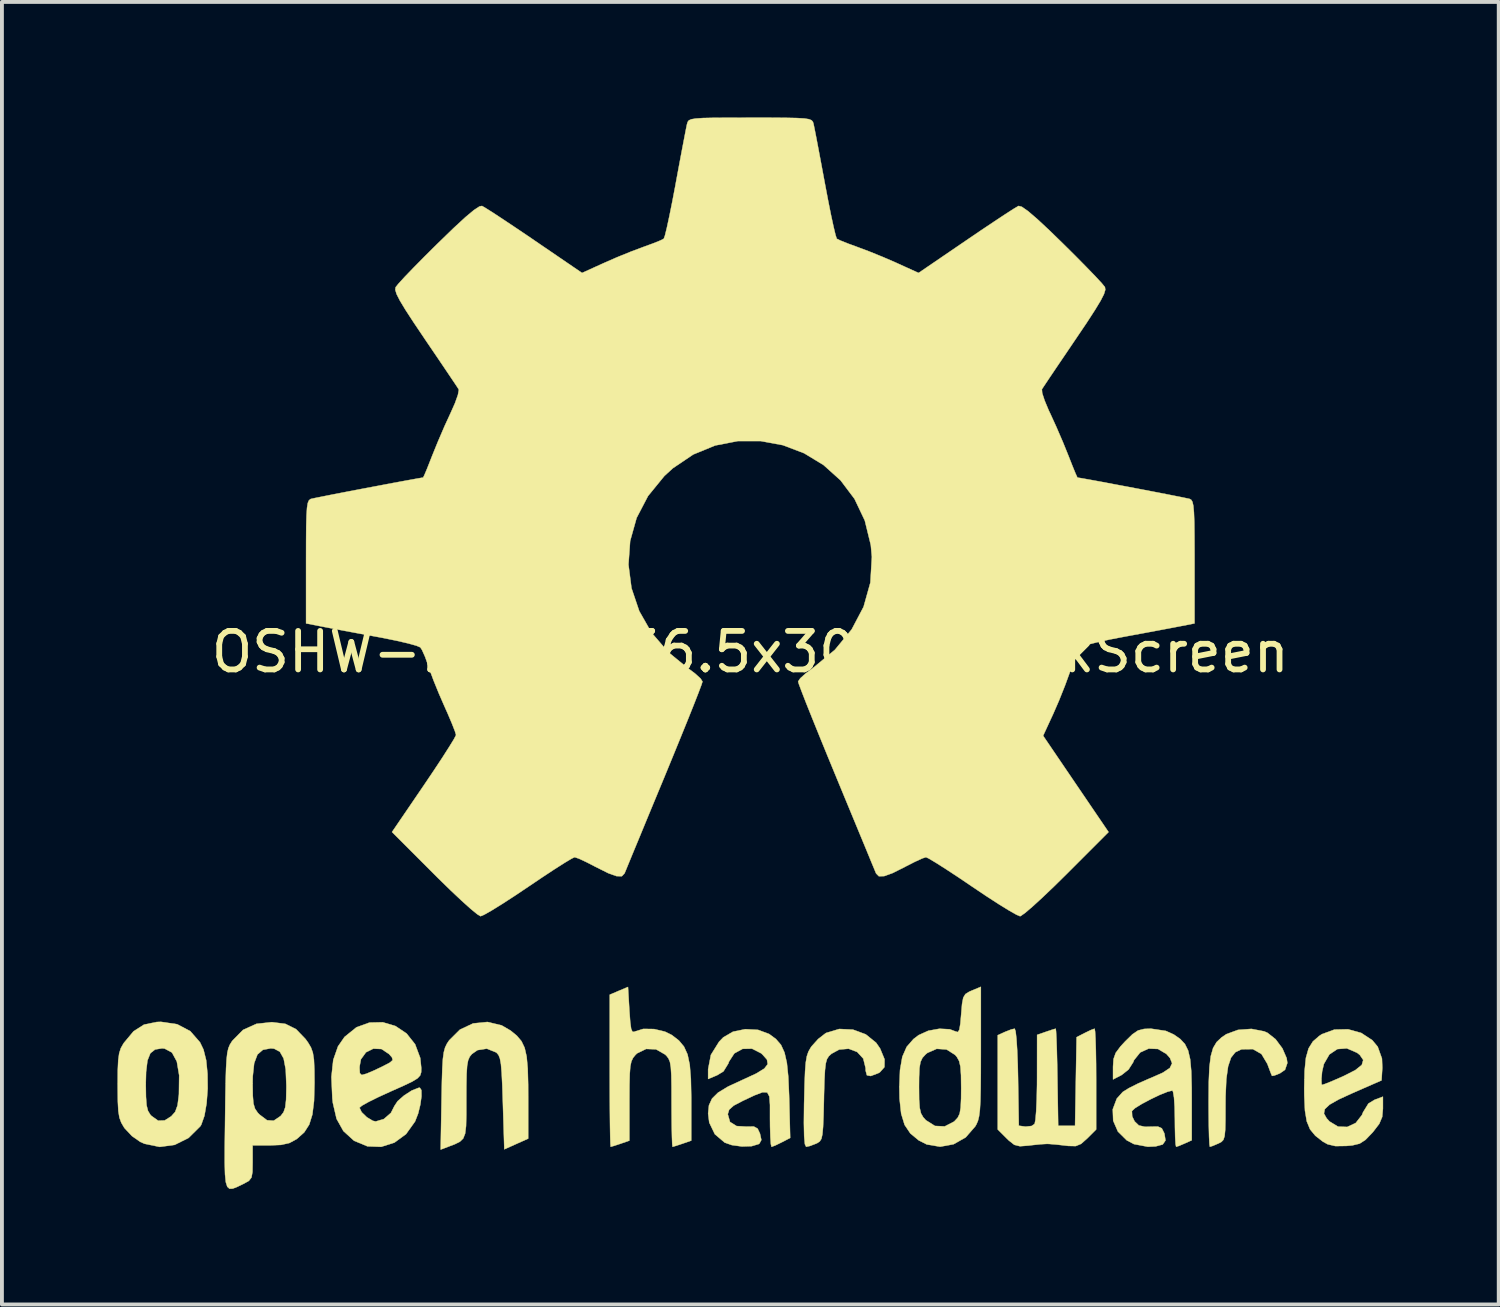
<source format=kicad_pcb>
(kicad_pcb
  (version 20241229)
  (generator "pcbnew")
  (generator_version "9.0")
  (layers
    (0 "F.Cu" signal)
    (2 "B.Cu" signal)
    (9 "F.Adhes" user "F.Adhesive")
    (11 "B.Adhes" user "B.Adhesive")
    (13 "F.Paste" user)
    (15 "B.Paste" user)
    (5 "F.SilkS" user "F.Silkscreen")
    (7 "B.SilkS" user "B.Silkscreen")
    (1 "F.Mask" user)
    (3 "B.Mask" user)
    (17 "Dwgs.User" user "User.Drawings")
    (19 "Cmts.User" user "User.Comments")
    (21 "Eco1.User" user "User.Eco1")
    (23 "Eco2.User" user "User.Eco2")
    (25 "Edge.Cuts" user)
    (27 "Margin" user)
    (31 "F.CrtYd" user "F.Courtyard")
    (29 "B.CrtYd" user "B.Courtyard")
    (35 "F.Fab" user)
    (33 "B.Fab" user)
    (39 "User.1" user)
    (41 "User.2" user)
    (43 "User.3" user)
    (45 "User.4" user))
  (footprint "OSHW-Logo2_36.5x30mm_SilkScreen"
    (layer "F.Cu")
    (at 16.427 13.873)
    (property "Reference" "OSHW-Logo2_36.5x30mm_SilkScreen" (at 0 0 0) (layer "F.SilkS") (effects (font (size 1 1) (thickness 0.15))))
    (attr exclude_from_pos_files exclude_from_bom)
    (fp_poly (pts (xy 13.339 9.85) (xy 13.426 9.888) (xy 13.635 10.053) (xy 13.813 10.292) (xy 13.923 10.546) (xy 13.941 10.671) (xy 13.881 10.847) (xy 13.749 10.939) (xy 13.608 10.995) (xy 13.543 11.006) (xy 13.511 10.931) (xy 13.449 10.767) (xy 13.422 10.694) (xy 13.269 10.438) (xy 13.047 10.311) (xy 12.763 10.315) (xy 12.742 10.32) (xy 12.59 10.392) (xy 12.479 10.532) (xy 12.403 10.758) (xy 12.357 11.086) (xy 12.337 11.535) (xy 12.335 11.774) (xy 12.334 12.15) (xy 12.328 12.406) (xy 12.312 12.569) (xy 12.281 12.665) (xy 12.23 12.719) (xy 12.154 12.759) (xy 12.149 12.761) (xy 12.003 12.823) (xy 11.93 12.846) (xy 11.919 12.777) (xy 11.909 12.587) (xy 11.902 12.299) (xy 11.898 11.938) (xy 11.897 11.675) (xy 11.901 11.164) (xy 11.918 10.777) (xy 11.954 10.49) (xy 12.014 10.281) (xy 12.105 10.128) (xy 12.232 10.008) (xy 12.357 9.923) (xy 12.658 9.812) (xy 13.009 9.786) (xy 13.339 9.85)) (stroke (width 0.01) (type solid)) (fill yes) (layer "F.SilkS"))
    (fp_poly (pts (xy -6.456 9.694) (xy -6.222 9.83) (xy -6.059 9.964) (xy -5.94 10.105) (xy -5.858 10.277) (xy -5.806 10.506) (xy -5.778 10.816) (xy -5.767 11.233) (xy -5.766 11.532) (xy -5.766 12.634) (xy -6.076 12.773) (xy -6.386 12.912) (xy -6.423 11.705) (xy -6.438 11.254) (xy -6.454 10.927) (xy -6.473 10.701) (xy -6.5 10.554) (xy -6.536 10.464) (xy -6.585 10.407) (xy -6.601 10.395) (xy -6.84 10.299) (xy -7.082 10.337) (xy -7.226 10.437) (xy -7.284 10.508) (xy -7.325 10.602) (xy -7.351 10.743) (xy -7.365 10.958) (xy -7.371 11.274) (xy -7.372 11.603) (xy -7.372 12.015) (xy -7.379 12.307) (xy -7.403 12.504) (xy -7.453 12.631) (xy -7.539 12.714) (xy -7.67 12.779) (xy -7.846 12.846) (xy -8.038 12.919) (xy -8.015 11.623) (xy -8.006 11.156) (xy -7.995 10.811) (xy -7.98 10.564) (xy -7.956 10.39) (xy -7.922 10.266) (xy -7.874 10.168) (xy -7.816 10.081) (xy -7.537 9.804) (xy -7.196 9.644) (xy -6.825 9.606) (xy -6.456 9.694)) (stroke (width 0.01) (type solid)) (fill yes) (layer "F.SilkS"))
    (fp_poly (pts (xy 2.665 9.805) (xy 2.996 9.927) (xy 3.265 10.144) (xy 3.37 10.296) (xy 3.485 10.575) (xy 3.482 10.778) (xy 3.362 10.913) (xy 3.318 10.937) (xy 3.126 11.009) (xy 3.027 10.99) (xy 2.994 10.869) (xy 2.993 10.802) (xy 2.932 10.556) (xy 2.773 10.384) (xy 2.553 10.301) (xy 2.307 10.322) (xy 2.107 10.431) (xy 2.039 10.493) (xy 1.991 10.568) (xy 1.959 10.681) (xy 1.938 10.859) (xy 1.924 11.125) (xy 1.913 11.505) (xy 1.911 11.626) (xy 1.901 12.038) (xy 1.889 12.328) (xy 1.872 12.52) (xy 1.846 12.637) (xy 1.804 12.705) (xy 1.745 12.746) (xy 1.707 12.764) (xy 1.544 12.826) (xy 1.449 12.846) (xy 1.417 12.778) (xy 1.398 12.572) (xy 1.391 12.225) (xy 1.396 11.735) (xy 1.398 11.66) (xy 1.409 11.213) (xy 1.422 10.887) (xy 1.44 10.656) (xy 1.468 10.495) (xy 1.508 10.377) (xy 1.564 10.278) (xy 1.593 10.236) (xy 1.762 10.048) (xy 1.95 9.902) (xy 1.973 9.889) (xy 2.31 9.788) (xy 2.665 9.805)) (stroke (width 0.01) (type solid)) (fill yes) (layer "F.SilkS"))
    (fp_poly (pts (xy 8.95 9.85) (xy 8.961 10.042) (xy 8.97 10.333) (xy 8.976 10.702) (xy 8.978 11.089) (xy 8.978 12.397) (xy 8.747 12.628) (xy 8.587 12.77) (xy 8.448 12.828) (xy 8.257 12.824) (xy 8.181 12.815) (xy 7.944 12.788) (xy 7.748 12.772) (xy 7.7 12.771) (xy 7.539 12.78) (xy 7.309 12.804) (xy 7.22 12.815) (xy 7 12.832) (xy 6.853 12.795) (xy 6.707 12.68) (xy 6.654 12.628) (xy 6.423 12.397) (xy 6.423 9.95) (xy 6.609 9.865) (xy 6.769 9.802) (xy 6.863 9.78) (xy 6.887 9.85) (xy 6.909 10.044) (xy 6.928 10.341) (xy 6.943 10.72) (xy 6.95 11.04) (xy 6.97 12.299) (xy 7.145 12.323) (xy 7.303 12.306) (xy 7.381 12.25) (xy 7.402 12.146) (xy 7.421 11.924) (xy 7.435 11.612) (xy 7.443 11.239) (xy 7.444 11.047) (xy 7.445 9.941) (xy 7.675 9.861) (xy 7.837 9.806) (xy 7.926 9.781) (xy 7.928 9.78) (xy 7.937 9.85) (xy 7.947 10.041) (xy 7.957 10.331) (xy 7.966 10.697) (xy 7.972 11.04) (xy 7.992 12.299) (xy 8.43 12.299) (xy 8.45 11.15) (xy 8.47 10.001) (xy 8.684 9.891) (xy 8.841 9.815) (xy 8.935 9.781) (xy 8.937 9.78) (xy 8.95 9.85)) (stroke (width 0.01) (type solid)) (fill yes) (layer "F.SilkS"))
    (fp_poly (pts (xy -3.139 9.31) (xy -3.117 9.608) (xy -3.093 9.784) (xy -3.059 9.86) (xy -3.009 9.861) (xy -2.993 9.852) (xy -2.778 9.786) (xy -2.498 9.79) (xy -2.214 9.858) (xy -2.036 9.946) (xy -1.854 10.087) (xy -1.721 10.246) (xy -1.629 10.449) (xy -1.572 10.719) (xy -1.543 11.081) (xy -1.533 11.561) (xy -1.533 11.653) (xy -1.533 12.686) (xy -1.763 12.766) (xy -1.926 12.82) (xy -2.015 12.846) (xy -2.018 12.846) (xy -2.027 12.777) (xy -2.034 12.587) (xy -2.04 12.301) (xy -2.043 11.944) (xy -2.044 11.727) (xy -2.045 11.299) (xy -2.05 10.993) (xy -2.063 10.783) (xy -2.086 10.644) (xy -2.124 10.553) (xy -2.178 10.483) (xy -2.213 10.45) (xy -2.448 10.316) (xy -2.704 10.306) (xy -2.937 10.419) (xy -2.98 10.46) (xy -3.043 10.537) (xy -3.087 10.629) (xy -3.115 10.761) (xy -3.13 10.96) (xy -3.137 11.253) (xy -3.139 11.657) (xy -3.139 12.686) (xy -3.368 12.766) (xy -3.532 12.82) (xy -3.621 12.846) (xy -3.624 12.846) (xy -3.631 12.776) (xy -3.637 12.579) (xy -3.642 12.274) (xy -3.646 11.879) (xy -3.648 11.413) (xy -3.649 10.895) (xy -3.649 10.872) (xy -3.649 8.898) (xy -3.412 8.797) (xy -3.175 8.697) (xy -3.139 9.31)) (stroke (width 0.01) (type solid)) (fill yes) (layer "F.SilkS"))
    (fp_poly (pts (xy -14.879 9.665) (xy -14.537 9.845) (xy -14.285 10.134) (xy -14.195 10.321) (xy -14.125 10.6) (xy -14.09 10.953) (xy -14.086 11.338) (xy -14.114 11.715) (xy -14.17 12.041) (xy -14.253 12.275) (xy -14.278 12.315) (xy -14.582 12.616) (xy -14.942 12.796) (xy -15.332 12.849) (xy -15.727 12.767) (xy -15.837 12.718) (xy -16.051 12.568) (xy -16.239 12.368) (xy -16.257 12.343) (xy -16.329 12.22) (xy -16.377 12.09) (xy -16.405 11.918) (xy -16.418 11.672) (xy -16.422 11.319) (xy -16.422 11.24) (xy -16.422 11.215) (xy -15.693 11.215) (xy -15.688 11.548) (xy -15.672 11.769) (xy -15.636 11.912) (xy -15.577 12.01) (xy -15.547 12.043) (xy -15.372 12.168) (xy -15.202 12.162) (xy -15.031 12.054) (xy -14.929 11.938) (xy -14.868 11.77) (xy -14.834 11.504) (xy -14.832 11.473) (xy -14.826 10.99) (xy -14.887 10.632) (xy -15.013 10.4) (xy -15.204 10.297) (xy -15.272 10.291) (xy -15.451 10.32) (xy -15.574 10.418) (xy -15.649 10.606) (xy -15.685 10.903) (xy -15.693 11.215) (xy -16.422 11.215) (xy -16.42 10.864) (xy -16.408 10.601) (xy -16.383 10.419) (xy -16.34 10.285) (xy -16.273 10.167) (xy -16.258 10.145) (xy -16.01 9.848) (xy -15.739 9.675) (xy -15.41 9.607) (xy -15.298 9.603) (xy -14.879 9.665)) (stroke (width 0.01) (type solid)) (fill yes) (layer "F.SilkS"))
    (fp_poly (pts (xy 15.859 9.891) (xy 16.147 10.08) (xy 16.287 10.249) (xy 16.397 10.556) (xy 16.406 10.798) (xy 16.386 11.123) (xy 15.638 11.45) (xy 15.274 11.617) (xy 15.036 11.752) (xy 14.913 11.869) (xy 14.891 11.982) (xy 14.96 12.106) (xy 15.036 12.189) (xy 15.256 12.322) (xy 15.495 12.331) (xy 15.716 12.228) (xy 15.877 12.022) (xy 15.906 11.95) (xy 16.045 11.724) (xy 16.204 11.627) (xy 16.422 11.545) (xy 16.422 11.858) (xy 16.403 12.07) (xy 16.327 12.25) (xy 16.169 12.456) (xy 16.145 12.483) (xy 15.969 12.666) (xy 15.817 12.764) (xy 15.627 12.81) (xy 15.47 12.824) (xy 15.189 12.828) (xy 14.988 12.781) (xy 14.863 12.712) (xy 14.667 12.559) (xy 14.531 12.394) (xy 14.445 12.186) (xy 14.398 11.906) (xy 14.381 11.522) (xy 14.379 11.328) (xy 14.384 11.095) (xy 14.825 11.095) (xy 14.83 11.22) (xy 14.843 11.24) (xy 14.927 11.212) (xy 15.108 11.139) (xy 15.349 11.034) (xy 15.4 11.011) (xy 15.706 10.856) (xy 15.874 10.72) (xy 15.911 10.592) (xy 15.822 10.462) (xy 15.749 10.405) (xy 15.486 10.291) (xy 15.239 10.31) (xy 15.032 10.449) (xy 14.889 10.697) (xy 14.843 10.894) (xy 14.825 11.095) (xy 14.384 11.095) (xy 14.389 10.873) (xy 14.423 10.537) (xy 14.492 10.292) (xy 14.604 10.112) (xy 14.767 9.97) (xy 14.838 9.923) (xy 15.162 9.804) (xy 15.516 9.796) (xy 15.859 9.891)) (stroke (width 0.01) (type solid)) (fill yes) (layer "F.SilkS"))
    (fp_poly (pts (xy 5.985 10.386) (xy 5.984 10.932) (xy 5.98 11.351) (xy 5.973 11.665) (xy 5.959 11.893) (xy 5.938 12.056) (xy 5.909 12.173) (xy 5.869 12.265) (xy 5.839 12.317) (xy 5.591 12.602) (xy 5.276 12.78) (xy 4.928 12.844) (xy 4.58 12.785) (xy 4.372 12.68) (xy 4.154 12.499) (xy 4.005 12.277) (xy 3.916 11.986) (xy 3.874 11.598) (xy 3.869 11.313) (xy 3.869 11.293) (xy 4.379 11.293) (xy 4.382 11.619) (xy 4.397 11.835) (xy 4.43 11.977) (xy 4.488 12.079) (xy 4.558 12.156) (xy 4.794 12.305) (xy 5.047 12.317) (xy 5.287 12.193) (xy 5.305 12.176) (xy 5.385 12.089) (xy 5.435 11.985) (xy 5.461 11.829) (xy 5.472 11.589) (xy 5.474 11.323) (xy 5.47 10.99) (xy 5.455 10.767) (xy 5.421 10.621) (xy 5.363 10.516) (xy 5.315 10.46) (xy 5.094 10.32) (xy 4.839 10.303) (xy 4.595 10.41) (xy 4.548 10.45) (xy 4.468 10.538) (xy 4.418 10.644) (xy 4.391 10.801) (xy 4.381 11.044) (xy 4.379 11.293) (xy 3.869 11.293) (xy 3.886 10.855) (xy 3.946 10.51) (xy 4.059 10.252) (xy 4.235 10.05) (xy 4.372 9.946) (xy 4.621 9.834) (xy 4.91 9.782) (xy 5.178 9.796) (xy 5.328 9.852) (xy 5.387 9.868) (xy 5.426 9.809) (xy 5.453 9.649) (xy 5.474 9.407) (xy 5.497 9.136) (xy 5.528 8.974) (xy 5.585 8.881) (xy 5.685 8.819) (xy 5.748 8.792) (xy 5.985 8.693) (xy 5.985 10.386)) (stroke (width 0.01) (type solid)) (fill yes) (layer "F.SilkS"))
    (fp_poly (pts (xy -9.211 9.712) (xy -8.923 9.905) (xy -8.701 10.185) (xy -8.568 10.541) (xy -8.541 10.803) (xy -8.544 10.912) (xy -8.57 10.995) (xy -8.64 11.07) (xy -8.777 11.154) (xy -9.003 11.262) (xy -9.341 11.412) (xy -9.343 11.413) (xy -9.653 11.555) (xy -9.908 11.681) (xy -10.081 11.778) (xy -10.145 11.832) (xy -10.145 11.832) (xy -10.088 11.949) (xy -9.955 12.078) (xy -9.801 12.171) (xy -9.724 12.189) (xy -9.512 12.125) (xy -9.329 11.966) (xy -9.24 11.79) (xy -9.155 11.661) (xy -8.987 11.514) (xy -8.789 11.386) (xy -8.615 11.317) (xy -8.579 11.313) (xy -8.538 11.376) (xy -8.536 11.536) (xy -8.566 11.751) (xy -8.622 11.981) (xy -8.7 12.183) (xy -8.704 12.191) (xy -8.937 12.517) (xy -9.239 12.738) (xy -9.582 12.847) (xy -9.939 12.834) (xy -10.28 12.692) (xy -10.295 12.682) (xy -10.563 12.438) (xy -10.74 12.121) (xy -10.837 11.704) (xy -10.85 11.587) (xy -10.874 11.033) (xy -10.846 10.775) (xy -10.145 10.775) (xy -10.136 10.936) (xy -10.087 10.983) (xy -9.962 10.948) (xy -9.767 10.865) (xy -9.548 10.761) (xy -9.543 10.758) (xy -9.357 10.661) (xy -9.283 10.596) (xy -9.301 10.527) (xy -9.379 10.438) (xy -9.575 10.308) (xy -9.787 10.299) (xy -9.976 10.393) (xy -10.108 10.575) (xy -10.145 10.775) (xy -10.846 10.775) (xy -10.826 10.591) (xy -10.703 10.24) (xy -10.533 9.994) (xy -10.225 9.745) (xy -9.886 9.622) (xy -9.54 9.614) (xy -9.211 9.712)) (stroke (width 0.01) (type solid)) (fill yes) (layer "F.SilkS"))
    (fp_poly (pts (xy 0.2 9.811) (xy 0.486 9.917) (xy 0.489 9.919) (xy 0.666 10.049) (xy 0.797 10.201) (xy 0.888 10.4) (xy 0.949 10.668) (xy 0.986 11.031) (xy 1.007 11.513) (xy 1.009 11.582) (xy 1.035 12.616) (xy 0.813 12.731) (xy 0.653 12.809) (xy 0.556 12.846) (xy 0.551 12.846) (xy 0.534 12.778) (xy 0.521 12.595) (xy 0.513 12.328) (xy 0.511 12.111) (xy 0.511 11.76) (xy 0.495 11.54) (xy 0.439 11.435) (xy 0.319 11.43) (xy 0.112 11.509) (xy -0.201 11.656) (xy -0.431 11.777) (xy -0.549 11.882) (xy -0.584 11.997) (xy -0.584 12.003) (xy -0.527 12.201) (xy -0.357 12.308) (xy -0.097 12.323) (xy 0.091 12.32) (xy 0.19 12.374) (xy 0.251 12.504) (xy 0.287 12.669) (xy 0.236 12.763) (xy 0.216 12.776) (xy 0.035 12.83) (xy -0.218 12.838) (xy -0.48 12.802) (xy -0.665 12.737) (xy -0.921 12.519) (xy -1.066 12.217) (xy -1.095 11.981) (xy -1.073 11.768) (xy -0.993 11.594) (xy -0.836 11.439) (xy -0.58 11.284) (xy -0.205 11.11) (xy -0.182 11.1) (xy 0.155 10.944) (xy 0.363 10.816) (xy 0.452 10.701) (xy 0.433 10.584) (xy 0.315 10.45) (xy 0.28 10.419) (xy 0.043 10.299) (xy -0.201 10.304) (xy -0.415 10.422) (xy -0.556 10.639) (xy -0.569 10.682) (xy -0.697 10.889) (xy -0.86 10.988) (xy -1.095 11.087) (xy -1.095 10.832) (xy -1.023 10.46) (xy -0.811 10.119) (xy -0.701 10.005) (xy -0.45 9.859) (xy -0.131 9.793) (xy 0.2 9.811)) (stroke (width 0.01) (type solid)) (fill yes) (layer "F.SilkS"))
    (fp_poly (pts (xy -12.07 9.655) (xy -11.791 9.794) (xy -11.545 10.05) (xy -11.477 10.145) (xy -11.404 10.269) (xy -11.356 10.404) (xy -11.328 10.583) (xy -11.316 10.843) (xy -11.313 11.185) (xy -11.325 11.655) (xy -11.368 12.007) (xy -11.45 12.27) (xy -11.579 12.471) (xy -11.765 12.637) (xy -11.778 12.647) (xy -11.962 12.747) (xy -12.182 12.797) (xy -12.463 12.809) (xy -12.919 12.809) (xy -12.919 13.252) (xy -12.923 13.499) (xy -12.949 13.643) (xy -13.016 13.73) (xy -13.146 13.803) (xy -13.177 13.818) (xy -13.322 13.888) (xy -13.435 13.932) (xy -13.519 13.935) (xy -13.577 13.884) (xy -13.615 13.764) (xy -13.636 13.56) (xy -13.644 13.257) (xy -13.643 12.841) (xy -13.636 12.297) (xy -13.634 12.134) (xy -13.627 11.574) (xy -13.62 11.207) (xy -12.919 11.207) (xy -12.915 11.518) (xy -12.898 11.722) (xy -12.858 11.856) (xy -12.788 11.96) (xy -12.74 12.01) (xy -12.545 12.157) (xy -12.372 12.169) (xy -12.194 12.048) (xy -12.189 12.043) (xy -12.117 11.949) (xy -12.072 11.821) (xy -12.05 11.624) (xy -12.043 11.323) (xy -12.043 11.256) (xy -12.06 10.841) (xy -12.114 10.554) (xy -12.213 10.378) (xy -12.362 10.299) (xy -12.449 10.291) (xy -12.653 10.329) (xy -12.794 10.451) (xy -12.879 10.676) (xy -12.916 11.019) (xy -12.919 11.207) (xy -13.62 11.207) (xy -13.619 11.14) (xy -13.609 10.813) (xy -13.595 10.575) (xy -13.576 10.406) (xy -13.548 10.286) (xy -13.511 10.197) (xy -13.463 10.119) (xy -13.442 10.09) (xy -13.168 9.812) (xy -12.822 9.655) (xy -12.421 9.611) (xy -12.07 9.655)) (stroke (width 0.01) (type solid)) (fill yes) (layer "F.SilkS"))
    (fp_poly (pts (xy 10.786 9.838) (xy 10.996 9.933) (xy 11.161 10.049) (xy 11.282 10.179) (xy 11.365 10.346) (xy 11.418 10.574) (xy 11.447 10.888) (xy 11.458 11.311) (xy 11.459 11.59) (xy 11.459 12.677) (xy 11.273 12.761) (xy 11.127 12.823) (xy 11.054 12.846) (xy 11.04 12.778) (xy 11.029 12.595) (xy 11.023 12.328) (xy 11.021 12.116) (xy 11.015 11.81) (xy 10.999 11.567) (xy 10.974 11.418) (xy 10.955 11.386) (xy 10.826 11.419) (xy 10.623 11.501) (xy 10.388 11.614) (xy 10.162 11.734) (xy 9.988 11.842) (xy 9.907 11.917) (xy 9.906 11.917) (xy 9.913 12.055) (xy 9.976 12.186) (xy 10.086 12.292) (xy 10.247 12.328) (xy 10.385 12.324) (xy 10.58 12.321) (xy 10.682 12.366) (xy 10.743 12.487) (xy 10.751 12.51) (xy 10.778 12.681) (xy 10.706 12.786) (xy 10.521 12.836) (xy 10.32 12.845) (xy 9.96 12.777) (xy 9.773 12.679) (xy 9.542 12.45) (xy 9.42 12.169) (xy 9.409 11.873) (xy 9.513 11.596) (xy 9.668 11.423) (xy 9.823 11.326) (xy 10.067 11.203) (xy 10.352 11.078) (xy 10.399 11.059) (xy 10.711 10.921) (xy 10.891 10.8) (xy 10.949 10.679) (xy 10.895 10.543) (xy 10.802 10.437) (xy 10.583 10.307) (xy 10.341 10.297) (xy 10.12 10.398) (xy 9.96 10.598) (xy 9.94 10.65) (xy 9.818 10.841) (xy 9.64 10.982) (xy 9.416 11.098) (xy 9.416 10.769) (xy 9.429 10.568) (xy 9.485 10.409) (xy 9.611 10.24) (xy 9.731 10.11) (xy 9.919 9.926) (xy 10.065 9.827) (xy 10.221 9.787) (xy 10.398 9.78) (xy 10.786 9.838)) (stroke (width 0.01) (type solid)) (fill yes) (layer "F.SilkS"))
    (fp_poly (pts (xy 0.523 -13.868) (xy 0.918 -13.865) (xy 1.203 -13.859) (xy 1.399 -13.848) (xy 1.521 -13.829) (xy 1.59 -13.801) (xy 1.624 -13.762) (xy 1.641 -13.71) (xy 1.642 -13.704) (xy 1.667 -13.582) (xy 1.714 -13.343) (xy 1.777 -13.011) (xy 1.852 -12.611) (xy 1.934 -12.171) (xy 1.937 -12.155) (xy 2.019 -11.723) (xy 2.095 -11.341) (xy 2.162 -11.033) (xy 2.213 -10.82) (xy 2.244 -10.727) (xy 2.246 -10.725) (xy 2.337 -10.68) (xy 2.526 -10.604) (xy 2.772 -10.514) (xy 2.774 -10.513) (xy 3.083 -10.397) (xy 3.448 -10.249) (xy 3.792 -10.1) (xy 3.808 -10.092) (xy 4.368 -9.838) (xy 5.609 -10.685) (xy 5.99 -10.944) (xy 6.334 -11.174) (xy 6.623 -11.365) (xy 6.836 -11.502) (xy 6.954 -11.572) (xy 6.965 -11.577) (xy 7.05 -11.554) (xy 7.21 -11.442) (xy 7.449 -11.237) (xy 7.775 -10.933) (xy 8.108 -10.609) (xy 8.429 -10.291) (xy 8.716 -10) (xy 8.953 -9.755) (xy 9.121 -9.574) (xy 9.203 -9.474) (xy 9.206 -9.469) (xy 9.215 -9.401) (xy 9.181 -9.289) (xy 9.095 -9.12) (xy 8.948 -8.877) (xy 8.733 -8.545) (xy 8.445 -8.119) (xy 8.191 -7.743) (xy 7.963 -7.407) (xy 7.775 -7.128) (xy 7.641 -6.927) (xy 7.573 -6.824) (xy 7.569 -6.817) (xy 7.577 -6.718) (xy 7.64 -6.526) (xy 7.744 -6.276) (xy 7.782 -6.197) (xy 7.944 -5.842) (xy 8.118 -5.439) (xy 8.259 -5.091) (xy 8.361 -4.832) (xy 8.441 -4.636) (xy 8.488 -4.533) (xy 8.494 -4.525) (xy 8.58 -4.512) (xy 8.782 -4.476) (xy 9.073 -4.423) (xy 9.428 -4.356) (xy 9.818 -4.283) (xy 10.217 -4.207) (xy 10.598 -4.134) (xy 10.934 -4.068) (xy 11.198 -4.016) (xy 11.364 -3.981) (xy 11.404 -3.972) (xy 11.446 -3.948) (xy 11.478 -3.894) (xy 11.501 -3.791) (xy 11.516 -3.622) (xy 11.526 -3.368) (xy 11.53 -3.011) (xy 11.532 -2.532) (xy 11.532 -2.336) (xy 11.532 -0.74) (xy 11.149 -0.665) (xy 10.936 -0.624) (xy 10.618 -0.564) (xy 10.233 -0.492) (xy 9.821 -0.416) (xy 9.707 -0.395) (xy 9.327 -0.322) (xy 8.996 -0.249) (xy 8.742 -0.184) (xy 8.592 -0.134) (xy 8.567 -0.119) (xy 8.506 -0.014) (xy 8.418 0.191) (xy 8.32 0.454) (xy 8.301 0.511) (xy 8.173 0.863) (xy 8.015 1.259) (xy 7.86 1.616) (xy 7.859 1.617) (xy 7.601 2.176) (xy 8.45 3.426) (xy 9.3 4.676) (xy 8.209 5.768) (xy 7.879 6.093) (xy 7.578 6.38) (xy 7.323 6.613) (xy 7.131 6.777) (xy 7.018 6.856) (xy 7.002 6.861) (xy 6.908 6.821) (xy 6.714 6.711) (xy 6.443 6.544) (xy 6.116 6.332) (xy 5.763 6.095) (xy 5.404 5.852) (xy 5.084 5.642) (xy 4.823 5.476) (xy 4.641 5.367) (xy 4.56 5.328) (xy 4.461 5.361) (xy 4.274 5.447) (xy 4.036 5.568) (xy 4.011 5.582) (xy 3.691 5.742) (xy 3.472 5.821) (xy 3.335 5.822) (xy 3.264 5.749) (xy 3.264 5.748) (xy 3.228 5.661) (xy 3.143 5.456) (xy 3.016 5.147) (xy 2.852 4.751) (xy 2.659 4.284) (xy 2.443 3.762) (xy 2.234 3.256) (xy 2.004 2.698) (xy 1.793 2.181) (xy 1.607 1.721) (xy 1.452 1.334) (xy 1.336 1.035) (xy 1.263 0.841) (xy 1.241 0.768) (xy 1.297 0.685) (xy 1.444 0.553) (xy 1.639 0.407) (xy 2.196 -0.055) (xy 2.632 -0.585) (xy 2.94 -1.17) (xy 3.117 -1.801) (xy 3.156 -2.467) (xy 3.128 -2.774) (xy 2.972 -3.411) (xy 2.705 -3.973) (xy 2.342 -4.455) (xy 1.9 -4.852) (xy 1.396 -5.158) (xy 0.846 -5.367) (xy 0.267 -5.474) (xy -0.324 -5.473) (xy -0.912 -5.359) (xy -1.48 -5.126) (xy -2.01 -4.769) (xy -2.231 -4.567) (xy -2.655 -4.047) (xy -2.951 -3.48) (xy -3.119 -2.881) (xy -3.163 -2.267) (xy -3.084 -1.655) (xy -2.883 -1.06) (xy -2.564 -0.5) (xy -2.127 0.008) (xy -1.639 0.407) (xy -1.436 0.559) (xy -1.292 0.69) (xy -1.241 0.769) (xy -1.268 0.854) (xy -1.345 1.059) (xy -1.465 1.366) (xy -1.623 1.761) (xy -1.812 2.227) (xy -2.025 2.748) (xy -2.234 3.256) (xy -2.466 3.815) (xy -2.68 4.332) (xy -2.87 4.793) (xy -3.031 5.181) (xy -3.154 5.48) (xy -3.234 5.675) (xy -3.264 5.748) (xy -3.334 5.822) (xy -3.47 5.821) (xy -3.689 5.743) (xy -4.008 5.583) (xy -4.011 5.582) (xy -4.251 5.458) (xy -4.446 5.367) (xy -4.556 5.329) (xy -4.56 5.328) (xy -4.643 5.368) (xy -4.825 5.477) (xy -5.087 5.644) (xy -5.407 5.855) (xy -5.763 6.095) (xy -6.124 6.337) (xy -6.45 6.548) (xy -6.72 6.715) (xy -6.911 6.823) (xy -7.002 6.861) (xy -7.086 6.811) (xy -7.256 6.672) (xy -7.493 6.459) (xy -7.781 6.188) (xy -8.104 5.873) (xy -8.209 5.768) (xy -9.301 4.675) (xy -8.47 3.456) (xy -8.218 3.082) (xy -7.996 2.746) (xy -7.818 2.467) (xy -7.695 2.267) (xy -7.641 2.163) (xy -7.639 2.155) (xy -7.668 2.057) (xy -7.745 1.86) (xy -7.857 1.596) (xy -7.936 1.42) (xy -8.083 1.082) (xy -8.222 0.741) (xy -8.329 0.453) (xy -8.358 0.365) (xy -8.441 0.13) (xy -8.522 -0.051) (xy -8.567 -0.119) (xy -8.665 -0.161) (xy -8.879 -0.221) (xy -9.182 -0.291) (xy -9.545 -0.365) (xy -9.707 -0.395) (xy -10.12 -0.471) (xy -10.516 -0.545) (xy -10.856 -0.609) (xy -11.103 -0.656) (xy -11.149 -0.665) (xy -11.532 -0.74) (xy -11.532 -2.336) (xy -11.531 -2.861) (xy -11.528 -3.258) (xy -11.52 -3.545) (xy -11.507 -3.741) (xy -11.487 -3.865) (xy -11.458 -3.933) (xy -11.42 -3.966) (xy -11.404 -3.972) (xy -11.31 -3.993) (xy -11.1 -4.035) (xy -10.804 -4.094) (xy -10.446 -4.163) (xy -10.054 -4.238) (xy -9.656 -4.313) (xy -9.277 -4.385) (xy -8.945 -4.446) (xy -8.687 -4.493) (xy -8.529 -4.521) (xy -8.494 -4.525) (xy -8.462 -4.588) (xy -8.391 -4.756) (xy -8.296 -4.997) (xy -8.259 -5.091) (xy -8.111 -5.455) (xy -7.938 -5.858) (xy -7.782 -6.197) (xy -7.667 -6.456) (xy -7.591 -6.669) (xy -7.566 -6.8) (xy -7.57 -6.817) (xy -7.623 -6.9) (xy -7.746 -7.083) (xy -7.925 -7.349) (xy -8.146 -7.676) (xy -8.397 -8.045) (xy -8.446 -8.118) (xy -8.737 -8.55) (xy -8.951 -8.879) (xy -9.097 -9.121) (xy -9.182 -9.289) (xy -9.216 -9.4) (xy -9.207 -9.468) (xy -9.206 -9.468) (xy -9.134 -9.558) (xy -8.975 -9.732) (xy -8.745 -9.971) (xy -8.462 -10.258) (xy -8.144 -10.574) (xy -8.108 -10.609) (xy -7.707 -10.998) (xy -7.398 -11.283) (xy -7.174 -11.47) (xy -7.029 -11.565) (xy -6.965 -11.577) (xy -6.872 -11.523) (xy -6.678 -11.401) (xy -6.405 -11.221) (xy -6.071 -10.998) (xy -5.696 -10.745) (xy -5.609 -10.685) (xy -4.368 -9.838) (xy -3.808 -10.092) (xy -3.468 -10.241) (xy -3.102 -10.39) (xy -2.787 -10.508) (xy -2.774 -10.513) (xy -2.528 -10.603) (xy -2.338 -10.679) (xy -2.246 -10.725) (xy -2.246 -10.725) (xy -2.216 -10.808) (xy -2.166 -11.012) (xy -2.101 -11.313) (xy -2.025 -11.69) (xy -1.943 -12.119) (xy -1.937 -12.155) (xy -1.855 -12.597) (xy -1.78 -12.998) (xy -1.716 -13.333) (xy -1.669 -13.576) (xy -1.643 -13.702) (xy -1.642 -13.704) (xy -1.626 -13.757) (xy -1.596 -13.798) (xy -1.531 -13.827) (xy -1.416 -13.846) (xy -1.229 -13.859) (xy -0.955 -13.865) (xy -0.573 -13.867) (xy -0.066 -13.868) (xy 0 -13.868) (xy 0.523 -13.868)) (stroke (width 0.01) (type solid)) (fill yes) (layer "F.SilkS")))
  (gr_rect
    (start -3 -3)
    (end 35.855 30.813)
    (stroke (width 0.1) (type default))
    (fill no)
    (layer "Edge.Cuts")))
</source>
